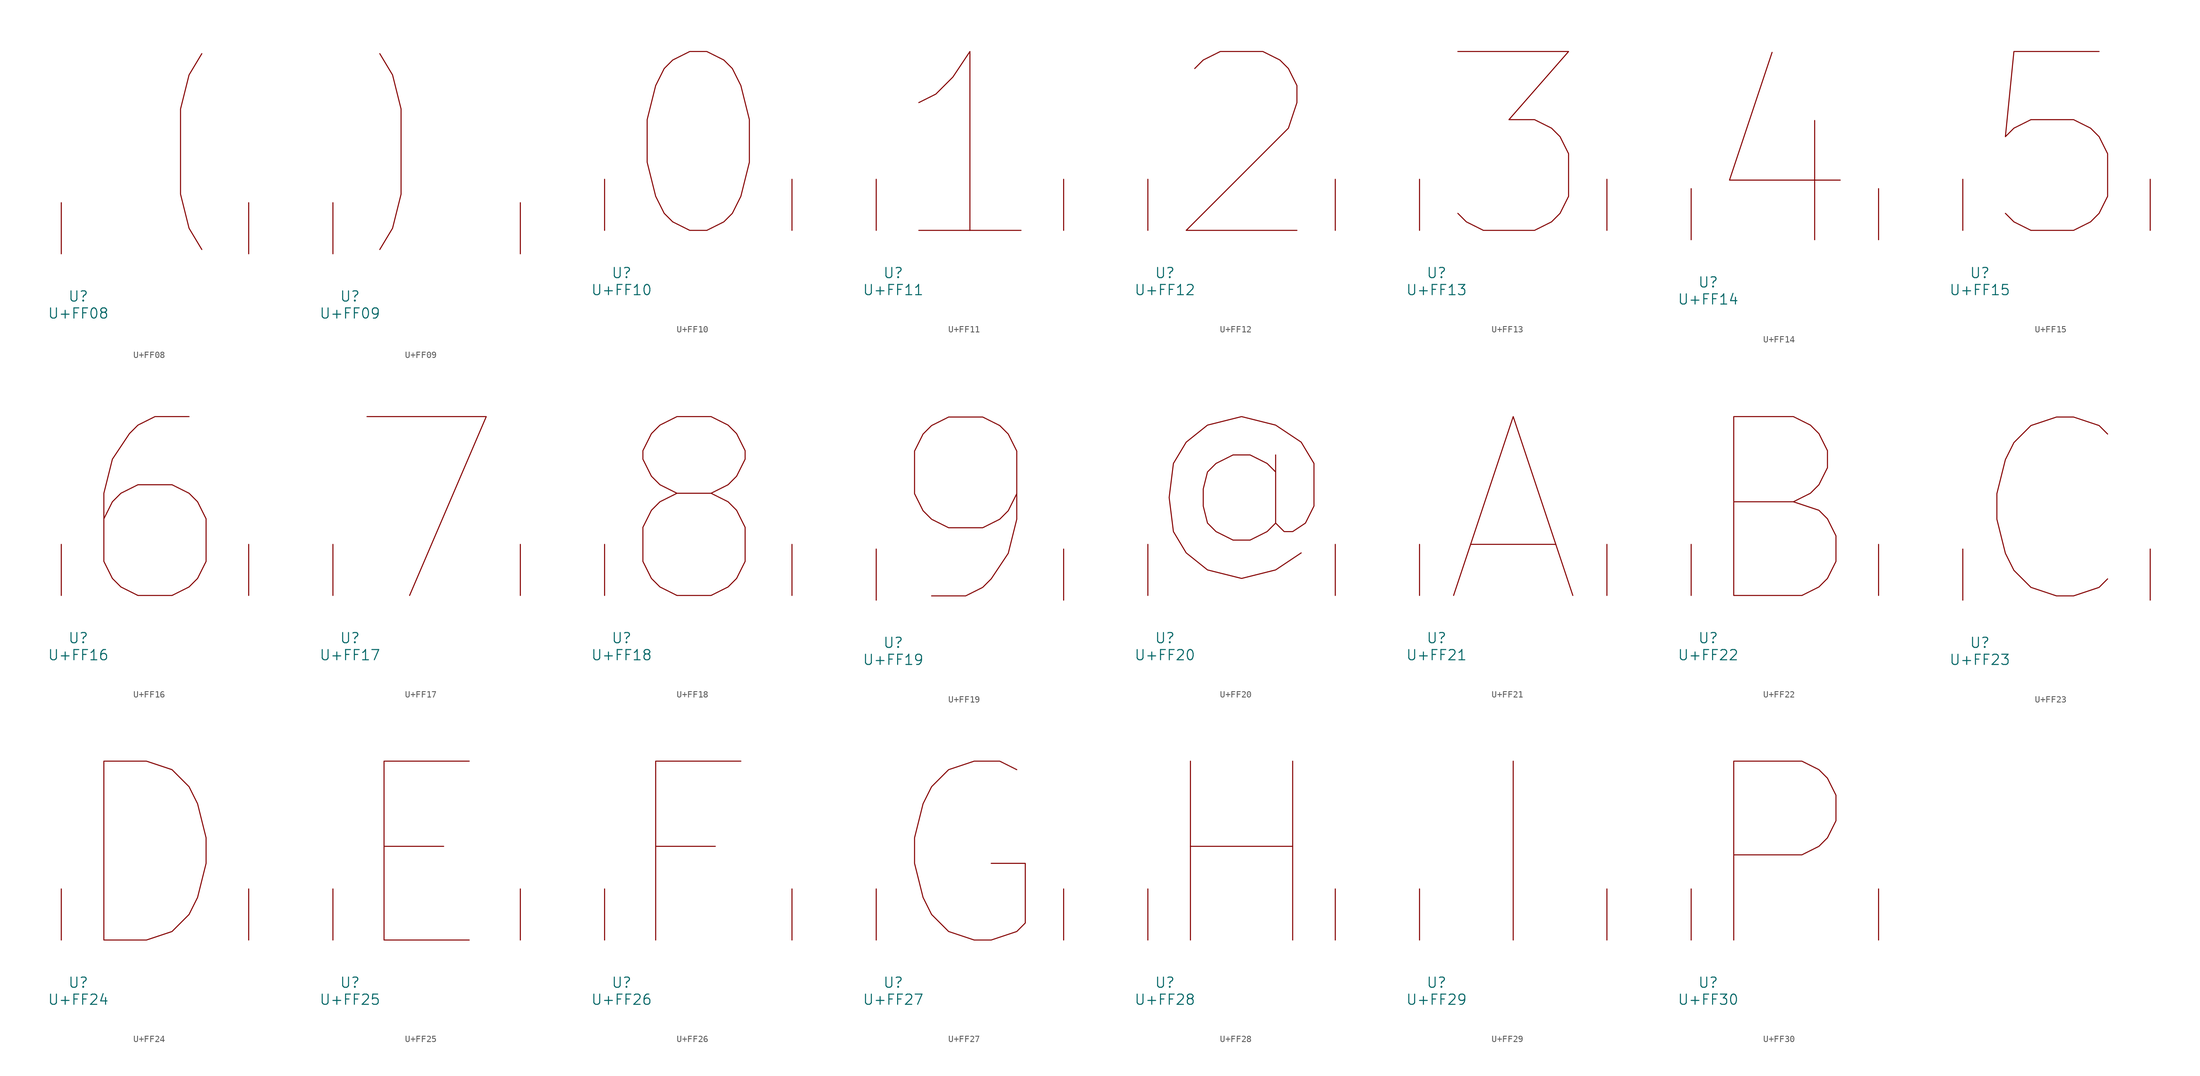
<source format=kicad_sym>
(kicad_symbol_lib
  (version 20231120)
  (generator "kicad_symbol_editor")
  (generator_version "8.0")
  (symbol "U+FF08"
    (pin_names
      (offset 1.016))
    (property "Reference" "U"
      (at 0 -6.35 0)
      (effects (font (size 1.524 1.524))))
    (property "Value" "U+FF08"
      (at 0 -8.89 0)
      (effects (font (size 1.524 1.524))))
    (symbol "U+FF08_0_1"
      (polyline (pts (xy 18.415 29.845) (xy 16.51 26.67) (xy 15.24 21.59) (xy 15.24 8.89) (xy 16.51 3.81) (xy 18.415 0.635)) (stroke (width 0) (type solid)) (fill (type none)))
      (pin input line (at -2.54 0 90) (length 7.62) (name "~" (effects (font (size 1.27 1.27)))) (number "~" (effects (font (size 1.27 1.27)))))
      (pin input line (at 25.4 0 90) (length 7.62) (name "~" (effects (font (size 1.27 1.27)))) (number "~" (effects (font (size 1.27 1.27)))))))
  (symbol "U+FF09"
    (pin_names
      (offset 1.016))
    (property "Reference" "U"
      (at 0 -6.35 0)
      (effects (font (size 1.524 1.524))))
    (property "Value" "U+FF09"
      (at 0 -8.89 0)
      (effects (font (size 1.524 1.524))))
    (symbol "U+FF09_0_1"
      (polyline (pts (xy 4.445 29.845) (xy 6.35 26.67) (xy 7.62 21.59) (xy 7.62 8.89) (xy 6.35 3.81) (xy 4.445 0.635)) (stroke (width 0) (type solid)) (fill (type none)))
      (pin input line (at -2.54 0 90) (length 7.62) (name "~" (effects (font (size 1.27 1.27)))) (number "~" (effects (font (size 1.27 1.27)))))
      (pin input line (at 25.4 0 90) (length 7.62) (name "~" (effects (font (size 1.27 1.27)))) (number "~" (effects (font (size 1.27 1.27)))))))
  (symbol "U+FF10"
    (pin_names
      (offset 1.016))
    (property "Reference" "U"
      (at 0 -6.35 0)
      (effects (font (size 1.524 1.524))))
    (property "Value" "U+FF10"
      (at 0 -8.89 0)
      (effects (font (size 1.524 1.524))))
    (symbol "U+FF10_0_1"
      (polyline (pts (xy 10.16 26.67) (xy 12.7 26.67) (xy 15.24 25.4) (xy 16.51 24.13) (xy 17.78 21.59) (xy 19.05 16.51) (xy 19.05 10.16) (xy 17.78 5.08) (xy 16.51 2.54) (xy 15.24 1.27) (xy 12.7 0) (xy 10.16 0) (xy 7.62 1.27) (xy 6.35 2.54) (xy 5.08 5.08) (xy 3.81 10.16) (xy 3.81 16.51) (xy 5.08 21.59) (xy 6.35 24.13) (xy 7.62 25.4) (xy 10.16 26.67)) (stroke (width 0) (type solid)) (fill (type none)))
      (pin input line (at -2.54 0 90) (length 7.62) (name "~" (effects (font (size 1.27 1.27)))) (number "~" (effects (font (size 1.27 1.27)))))
      (pin input line (at 25.4 0 90) (length 7.62) (name "~" (effects (font (size 1.27 1.27)))) (number "~" (effects (font (size 1.27 1.27)))))))
  (symbol "U+FF11"
    (pin_names
      (offset 1.016))
    (property "Reference" "U"
      (at 0 -6.35 0)
      (effects (font (size 1.524 1.524))))
    (property "Value" "U+FF11"
      (at 0 -8.89 0)
      (effects (font (size 1.524 1.524))))
    (symbol "U+FF11_0_1"
      (polyline (pts (xy 19.05 0) (xy 3.81 0)) (stroke (width 0) (type solid)) (fill (type none)))
      (polyline (pts (xy 11.43 0) (xy 11.43 26.67) (xy 8.89 22.86) (xy 6.35 20.32) (xy 3.81 19.05)) (stroke (width 0) (type solid)) (fill (type none)))
      (pin input line (at -2.54 0 90) (length 7.62) (name "~" (effects (font (size 1.27 1.27)))) (number "~" (effects (font (size 1.27 1.27)))))
      (pin input line (at 25.4 0 90) (length 7.62) (name "~" (effects (font (size 1.27 1.27)))) (number "~" (effects (font (size 1.27 1.27)))))))
  (symbol "U+FF12"
    (pin_names
      (offset 1.016))
    (property "Reference" "U"
      (at 0 -6.35 0)
      (effects (font (size 1.524 1.524))))
    (property "Value" "U+FF12"
      (at 0 -8.89 0)
      (effects (font (size 1.524 1.524))))
    (symbol "U+FF12_0_1"
      (polyline (pts (xy 4.445 24.13) (xy 5.715 25.4) (xy 8.255 26.67) (xy 14.605 26.67) (xy 17.145 25.4) (xy 18.415 24.13) (xy 19.685 21.59) (xy 19.685 19.05) (xy 18.415 15.24) (xy 3.175 0) (xy 19.685 0)) (stroke (width 0) (type solid)) (fill (type none)))
      (pin input line (at -2.54 0 90) (length 7.62) (name "~" (effects (font (size 1.27 1.27)))) (number "~" (effects (font (size 1.27 1.27)))))
      (pin input line (at 25.4 0 90) (length 7.62) (name "~" (effects (font (size 1.27 1.27)))) (number "~" (effects (font (size 1.27 1.27)))))))
  (symbol "U+FF13"
    (pin_names
      (offset 1.016))
    (property "Reference" "U"
      (at 0 -6.35 0)
      (effects (font (size 1.524 1.524))))
    (property "Value" "U+FF13"
      (at 0 -8.89 0)
      (effects (font (size 1.524 1.524))))
    (symbol "U+FF13_0_1"
      (polyline (pts (xy 3.175 26.67) (xy 19.685 26.67) (xy 10.795 16.51) (xy 14.605 16.51) (xy 17.145 15.24) (xy 18.415 13.97) (xy 19.685 11.43) (xy 19.685 5.08) (xy 18.415 2.54) (xy 17.145 1.27) (xy 14.605 0) (xy 6.985 0) (xy 4.445 1.27) (xy 3.175 2.54)) (stroke (width 0) (type solid)) (fill (type none)))
      (pin input line (at -2.54 0 90) (length 7.62) (name "~" (effects (font (size 1.27 1.27)))) (number "~" (effects (font (size 1.27 1.27)))))
      (pin input line (at 25.4 0 90) (length 7.62) (name "~" (effects (font (size 1.27 1.27)))) (number "~" (effects (font (size 1.27 1.27)))))))
  (symbol "U+FF14"
    (pin_names
      (offset 1.016))
    (property "Reference" "U"
      (at 0 -6.35 0)
      (effects (font (size 1.524 1.524))))
    (property "Value" "U+FF14"
      (at 0 -8.89 0)
      (effects (font (size 1.524 1.524))))
    (symbol "U+FF14_0_1"
      (polyline (pts (xy 15.875 17.78) (xy 15.875 0)) (stroke (width 0) (type solid)) (fill (type none)))
      (polyline (pts (xy 9.525 27.94) (xy 3.175 8.89) (xy 19.685 8.89)) (stroke (width 0) (type solid)) (fill (type none)))
      (pin input line (at -2.54 0 90) (length 7.62) (name "~" (effects (font (size 1.27 1.27)))) (number "~" (effects (font (size 1.27 1.27)))))
      (pin input line (at 25.4 0 90) (length 7.62) (name "~" (effects (font (size 1.27 1.27)))) (number "~" (effects (font (size 1.27 1.27)))))))
  (symbol "U+FF15"
    (pin_names
      (offset 1.016))
    (property "Reference" "U"
      (at 0 -6.35 0)
      (effects (font (size 1.524 1.524))))
    (property "Value" "U+FF15"
      (at 0 -8.89 0)
      (effects (font (size 1.524 1.524))))
    (symbol "U+FF15_0_1"
      (polyline (pts (xy 17.78 26.67) (xy 5.08 26.67) (xy 3.81 13.97) (xy 5.08 15.24) (xy 7.62 16.51) (xy 13.97 16.51) (xy 16.51 15.24) (xy 17.78 13.97) (xy 19.05 11.43) (xy 19.05 5.08) (xy 17.78 2.54) (xy 16.51 1.27) (xy 13.97 0) (xy 7.62 0) (xy 5.08 1.27) (xy 3.81 2.54)) (stroke (width 0) (type solid)) (fill (type none)))
      (pin input line (at -2.54 0 90) (length 7.62) (name "~" (effects (font (size 1.27 1.27)))) (number "~" (effects (font (size 1.27 1.27)))))
      (pin input line (at 25.4 0 90) (length 7.62) (name "~" (effects (font (size 1.27 1.27)))) (number "~" (effects (font (size 1.27 1.27)))))))
  (symbol "U+FF16"
    (pin_names
      (offset 1.016))
    (property "Reference" "U"
      (at 0 -6.35 0)
      (effects (font (size 1.524 1.524))))
    (property "Value" "U+FF16"
      (at 0 -8.89 0)
      (effects (font (size 1.524 1.524))))
    (symbol "U+FF16_0_1"
      (polyline (pts (xy 16.51 26.67) (xy 11.43 26.67) (xy 8.89 25.4) (xy 7.62 24.13) (xy 5.08 20.32) (xy 3.81 15.24) (xy 3.81 5.08) (xy 5.08 2.54) (xy 6.35 1.27) (xy 8.89 0) (xy 13.97 0) (xy 16.51 1.27) (xy 17.78 2.54) (xy 19.05 5.08) (xy 19.05 11.43) (xy 17.78 13.97) (xy 16.51 15.24) (xy 13.97 16.51) (xy 8.89 16.51) (xy 6.35 15.24) (xy 5.08 13.97) (xy 3.81 11.43)) (stroke (width 0) (type solid)) (fill (type none)))
      (pin input line (at -2.54 0 90) (length 7.62) (name "~" (effects (font (size 1.27 1.27)))) (number "~" (effects (font (size 1.27 1.27)))))
      (pin input line (at 25.4 0 90) (length 7.62) (name "~" (effects (font (size 1.27 1.27)))) (number "~" (effects (font (size 1.27 1.27)))))))
  (symbol "U+FF17"
    (pin_names
      (offset 1.016))
    (property "Reference" "U"
      (at 0 -6.35 0)
      (effects (font (size 1.524 1.524))))
    (property "Value" "U+FF17"
      (at 0 -8.89 0)
      (effects (font (size 1.524 1.524))))
    (symbol "U+FF17_0_1"
      (polyline (pts (xy 2.54 26.67) (xy 20.32 26.67) (xy 8.89 0)) (stroke (width 0) (type solid)) (fill (type none)))
      (pin input line (at -2.54 0 90) (length 7.62) (name "~" (effects (font (size 1.27 1.27)))) (number "~" (effects (font (size 1.27 1.27)))))
      (pin input line (at 25.4 0 90) (length 7.62) (name "~" (effects (font (size 1.27 1.27)))) (number "~" (effects (font (size 1.27 1.27)))))))
  (symbol "U+FF18"
    (pin_names
      (offset 1.016))
    (property "Reference" "U"
      (at 0 -6.35 0)
      (effects (font (size 1.524 1.524))))
    (property "Value" "U+FF18"
      (at 0 -8.89 0)
      (effects (font (size 1.524 1.524))))
    (symbol "U+FF18_0_1"
      (polyline (pts (xy 8.255 15.24) (xy 5.715 16.51) (xy 4.445 17.78) (xy 3.175 20.32) (xy 3.175 21.59) (xy 4.445 24.13) (xy 5.715 25.4) (xy 8.255 26.67) (xy 13.335 26.67) (xy 15.875 25.4) (xy 17.145 24.13) (xy 18.415 21.59) (xy 18.415 20.32) (xy 17.145 17.78) (xy 15.875 16.51) (xy 13.335 15.24) (xy 8.255 15.24) (xy 5.715 13.97) (xy 4.445 12.7) (xy 3.175 10.16) (xy 3.175 5.08) (xy 4.445 2.54) (xy 5.715 1.27) (xy 8.255 0) (xy 13.335 0) (xy 15.875 1.27) (xy 17.145 2.54) (xy 18.415 5.08) (xy 18.415 10.16) (xy 17.145 12.7) (xy 15.875 13.97) (xy 13.335 15.24)) (stroke (width 0) (type solid)) (fill (type none)))
      (pin input line (at -2.54 0 90) (length 7.62) (name "~" (effects (font (size 1.27 1.27)))) (number "~" (effects (font (size 1.27 1.27)))))
      (pin input line (at 25.4 0 90) (length 7.62) (name "~" (effects (font (size 1.27 1.27)))) (number "~" (effects (font (size 1.27 1.27)))))))
  (symbol "U+FF19"
    (pin_names
      (offset 1.016))
    (property "Reference" "U"
      (at 0 -6.35 0)
      (effects (font (size 1.524 1.524))))
    (property "Value" "U+FF19"
      (at 0 -8.89 0)
      (effects (font (size 1.524 1.524))))
    (symbol "U+FF19_0_1"
      (polyline (pts (xy 5.715 0.635) (xy 10.795 0.635) (xy 13.335 1.905) (xy 14.605 3.175) (xy 17.145 6.985) (xy 18.415 12.065) (xy 18.415 22.225) (xy 17.145 24.765) (xy 15.875 26.035) (xy 13.335 27.305) (xy 8.255 27.305) (xy 5.715 26.035) (xy 4.445 24.765) (xy 3.175 22.225) (xy 3.175 15.875) (xy 4.445 13.335) (xy 5.715 12.065) (xy 8.255 10.795) (xy 13.335 10.795) (xy 15.875 12.065) (xy 17.145 13.335) (xy 18.415 15.875)) (stroke (width 0) (type solid)) (fill (type none)))
      (pin input line (at -2.54 0 90) (length 7.62) (name "~" (effects (font (size 1.27 1.27)))) (number "~" (effects (font (size 1.27 1.27)))))
      (pin input line (at 25.4 0 90) (length 7.62) (name "~" (effects (font (size 1.27 1.27)))) (number "~" (effects (font (size 1.27 1.27)))))))
  (symbol "U+FF20"
    (pin_names
      (offset 1.016))
    (property "Reference" "U"
      (at 0 -6.35 0)
      (effects (font (size 1.524 1.524))))
    (property "Value" "U+FF20"
      (at 0 -8.89 0)
      (effects (font (size 1.524 1.524))))
    (symbol "U+FF20_0_1"
      (polyline (pts (xy 16.51 18.415) (xy 15.24 19.685) (xy 12.7 20.955) (xy 10.16 20.955) (xy 7.62 19.685) (xy 6.35 18.415) (xy 5.715 15.875) (xy 5.715 13.335) (xy 6.35 10.795) (xy 7.62 9.525) (xy 10.16 8.255) (xy 12.7 8.255) (xy 15.24 9.525) (xy 16.51 10.795)) (stroke (width 0) (type solid)) (fill (type none)))
      (polyline (pts (xy 16.51 20.955) (xy 16.51 10.795) (xy 17.78 9.525) (xy 19.05 9.525) (xy 20.955 10.795) (xy 22.225 13.335) (xy 22.225 19.685) (xy 20.32 22.86) (xy 16.51 25.4) (xy 11.43 26.67) (xy 6.35 25.4) (xy 3.175 22.86) (xy 1.27 19.685) (xy 0.635 14.605) (xy 1.27 9.525) (xy 3.175 6.35) (xy 6.35 3.81) (xy 11.43 2.54) (xy 16.51 3.81) (xy 20.32 6.35)) (stroke (width 0) (type solid)) (fill (type none)))
      (pin input line (at -2.54 0 90) (length 7.62) (name "~" (effects (font (size 1.27 1.27)))) (number "~" (effects (font (size 1.27 1.27)))))
      (pin input line (at 25.4 0 90) (length 7.62) (name "~" (effects (font (size 1.27 1.27)))) (number "~" (effects (font (size 1.27 1.27)))))))
  (symbol "U+FF21"
    (pin_names
      (offset 1.016))
    (property "Reference" "U"
      (at 0 -6.35 0)
      (effects (font (size 1.524 1.524))))
    (property "Value" "U+FF21"
      (at 0 -8.89 0)
      (effects (font (size 1.524 1.524))))
    (symbol "U+FF21_0_1"
      (polyline (pts (xy 5.08 7.62) (xy 17.78 7.62)) (stroke (width 0) (type solid)) (fill (type none)))
      (polyline (pts (xy 2.54 0) (xy 11.43 26.67) (xy 20.32 0)) (stroke (width 0) (type solid)) (fill (type none)))
      (pin input line (at -2.54 0 90) (length 7.62) (name "~" (effects (font (size 1.27 1.27)))) (number "~" (effects (font (size 1.27 1.27)))))
      (pin input line (at 25.4 0 90) (length 7.62) (name "~" (effects (font (size 1.27 1.27)))) (number "~" (effects (font (size 1.27 1.27)))))))
  (symbol "U+FF22"
    (pin_names
      (offset 1.016))
    (property "Reference" "U"
      (at 0 -6.35 0)
      (effects (font (size 1.524 1.524))))
    (property "Value" "U+FF22"
      (at 0 -8.89 0)
      (effects (font (size 1.524 1.524))))
    (symbol "U+FF22_0_1"
      (polyline (pts (xy 12.7 13.97) (xy 16.51 12.7) (xy 17.78 11.43) (xy 19.05 8.89) (xy 19.05 5.08) (xy 17.78 2.54) (xy 16.51 1.27) (xy 13.97 0) (xy 3.81 0) (xy 3.81 26.67) (xy 12.7 26.67) (xy 15.24 25.4) (xy 16.51 24.13) (xy 17.78 21.59) (xy 17.78 19.05) (xy 16.51 16.51) (xy 15.24 15.24) (xy 12.7 13.97) (xy 3.81 13.97)) (stroke (width 0) (type solid)) (fill (type none)))
      (pin input line (at -2.54 0 90) (length 7.62) (name "~" (effects (font (size 1.27 1.27)))) (number "~" (effects (font (size 1.27 1.27)))))
      (pin input line (at 25.4 0 90) (length 7.62) (name "~" (effects (font (size 1.27 1.27)))) (number "~" (effects (font (size 1.27 1.27)))))))
  (symbol "U+FF23"
    (pin_names
      (offset 1.016))
    (property "Reference" "U"
      (at 0 -6.35 0)
      (effects (font (size 1.524 1.524))))
    (property "Value" "U+FF23"
      (at 0 -8.89 0)
      (effects (font (size 1.524 1.524))))
    (symbol "U+FF23_0_1"
      (polyline (pts (xy 19.05 3.175) (xy 17.78 1.905) (xy 13.97 0.635) (xy 11.43 0.635) (xy 7.62 1.905) (xy 5.08 4.445) (xy 3.81 6.985) (xy 2.54 12.065) (xy 2.54 15.875) (xy 3.81 20.955) (xy 5.08 23.495) (xy 7.62 26.035) (xy 11.43 27.305) (xy 13.97 27.305) (xy 17.78 26.035) (xy 19.05 24.765)) (stroke (width 0) (type solid)) (fill (type none)))
      (pin input line (at -2.54 0 90) (length 7.62) (name "~" (effects (font (size 1.27 1.27)))) (number "~" (effects (font (size 1.27 1.27)))))
      (pin input line (at 25.4 0 90) (length 7.62) (name "~" (effects (font (size 1.27 1.27)))) (number "~" (effects (font (size 1.27 1.27)))))))
  (symbol "U+FF24"
    (pin_names
      (offset 1.016))
    (property "Reference" "U"
      (at 0 -6.35 0)
      (effects (font (size 1.524 1.524))))
    (property "Value" "U+FF24"
      (at 0 -8.89 0)
      (effects (font (size 1.524 1.524))))
    (symbol "U+FF24_0_1"
      (polyline (pts (xy 3.81 0) (xy 3.81 26.67) (xy 10.16 26.67) (xy 13.97 25.4) (xy 16.51 22.86) (xy 17.78 20.32) (xy 19.05 15.24) (xy 19.05 11.43) (xy 17.78 6.35) (xy 16.51 3.81) (xy 13.97 1.27) (xy 10.16 0) (xy 3.81 0)) (stroke (width 0) (type solid)) (fill (type none)))
      (pin input line (at -2.54 0 90) (length 7.62) (name "~" (effects (font (size 1.27 1.27)))) (number "~" (effects (font (size 1.27 1.27)))))
      (pin input line (at 25.4 0 90) (length 7.62) (name "~" (effects (font (size 1.27 1.27)))) (number "~" (effects (font (size 1.27 1.27)))))))
  (symbol "U+FF25"
    (pin_names
      (offset 1.016))
    (property "Reference" "U"
      (at 0 -6.35 0)
      (effects (font (size 1.524 1.524))))
    (property "Value" "U+FF25"
      (at 0 -8.89 0)
      (effects (font (size 1.524 1.524))))
    (symbol "U+FF25_0_1"
      (polyline (pts (xy 5.08 13.97) (xy 13.97 13.97)) (stroke (width 0) (type solid)) (fill (type none)))
      (polyline (pts (xy 17.78 0) (xy 5.08 0) (xy 5.08 26.67) (xy 17.78 26.67)) (stroke (width 0) (type solid)) (fill (type none)))
      (pin input line (at -2.54 0 90) (length 7.62) (name "~" (effects (font (size 1.27 1.27)))) (number "~" (effects (font (size 1.27 1.27)))))
      (pin input line (at 25.4 0 90) (length 7.62) (name "~" (effects (font (size 1.27 1.27)))) (number "~" (effects (font (size 1.27 1.27)))))))
  (symbol "U+FF26"
    (pin_names
      (offset 1.016))
    (property "Reference" "U"
      (at 0 -6.35 0)
      (effects (font (size 1.524 1.524))))
    (property "Value" "U+FF26"
      (at 0 -8.89 0)
      (effects (font (size 1.524 1.524))))
    (symbol "U+FF26_0_1"
      (polyline (pts (xy 13.97 13.97) (xy 5.08 13.97)) (stroke (width 0) (type solid)) (fill (type none)))
      (polyline (pts (xy 5.08 0) (xy 5.08 26.67) (xy 17.78 26.67)) (stroke (width 0) (type solid)) (fill (type none)))
      (pin input line (at -2.54 0 90) (length 7.62) (name "~" (effects (font (size 1.27 1.27)))) (number "~" (effects (font (size 1.27 1.27)))))
      (pin input line (at 25.4 0 90) (length 7.62) (name "~" (effects (font (size 1.27 1.27)))) (number "~" (effects (font (size 1.27 1.27)))))))
  (symbol "U+FF27"
    (pin_names
      (offset 1.016))
    (property "Reference" "U"
      (at 0 -6.35 0)
      (effects (font (size 1.524 1.524))))
    (property "Value" "U+FF27"
      (at 0 -8.89 0)
      (effects (font (size 1.524 1.524))))
    (symbol "U+FF27_0_1"
      (polyline (pts (xy 18.415 25.4) (xy 15.875 26.67) (xy 12.065 26.67) (xy 8.255 25.4) (xy 5.715 22.86) (xy 4.445 20.32) (xy 3.175 15.24) (xy 3.175 11.43) (xy 4.445 6.35) (xy 5.715 3.81) (xy 8.255 1.27) (xy 12.065 0) (xy 14.605 0) (xy 18.415 1.27) (xy 19.685 2.54) (xy 19.685 11.43) (xy 14.605 11.43)) (stroke (width 0) (type solid)) (fill (type none)))
      (pin input line (at -2.54 0 90) (length 7.62) (name "~" (effects (font (size 1.27 1.27)))) (number "~" (effects (font (size 1.27 1.27)))))
      (pin input line (at 25.4 0 90) (length 7.62) (name "~" (effects (font (size 1.27 1.27)))) (number "~" (effects (font (size 1.27 1.27)))))))
  (symbol "U+FF28"
    (pin_names
      (offset 1.016))
    (property "Reference" "U"
      (at 0 -6.35 0)
      (effects (font (size 1.524 1.524))))
    (property "Value" "U+FF28"
      (at 0 -8.89 0)
      (effects (font (size 1.524 1.524))))
    (symbol "U+FF28_0_1"
      (polyline (pts (xy 3.81 0) (xy 3.81 26.67)) (stroke (width 0) (type solid)) (fill (type none)))
      (polyline (pts (xy 3.81 13.97) (xy 19.05 13.97)) (stroke (width 0) (type solid)) (fill (type none)))
      (polyline (pts (xy 19.05 0) (xy 19.05 26.67)) (stroke (width 0) (type solid)) (fill (type none)))
      (pin input line (at -2.54 0 90) (length 7.62) (name "~" (effects (font (size 1.27 1.27)))) (number "~" (effects (font (size 1.27 1.27)))))
      (pin input line (at 25.4 0 90) (length 7.62) (name "~" (effects (font (size 1.27 1.27)))) (number "~" (effects (font (size 1.27 1.27)))))))
  (symbol "U+FF29"
    (pin_names
      (offset 1.016))
    (property "Reference" "U"
      (at 0 -6.35 0)
      (effects (font (size 1.524 1.524))))
    (property "Value" "U+FF29"
      (at 0 -8.89 0)
      (effects (font (size 1.524 1.524))))
    (symbol "U+FF29_0_1"
      (polyline (pts (xy 11.43 0) (xy 11.43 26.67)) (stroke (width 0) (type solid)) (fill (type none)))
      (pin input line (at -2.54 0 90) (length 7.62) (name "~" (effects (font (size 1.27 1.27)))) (number "~" (effects (font (size 1.27 1.27)))))
      (pin input line (at 25.4 0 90) (length 7.62) (name "~" (effects (font (size 1.27 1.27)))) (number "~" (effects (font (size 1.27 1.27)))))))
  (symbol "U+FF30"
    (pin_names
      (offset 1.016))
    (property "Reference" "U"
      (at 0 -6.35 0)
      (effects (font (size 1.524 1.524))))
    (property "Value" "U+FF30"
      (at 0 -8.89 0)
      (effects (font (size 1.524 1.524))))
    (symbol "U+FF30_0_1"
      (polyline (pts (xy 3.81 0) (xy 3.81 26.67) (xy 13.97 26.67) (xy 16.51 25.4) (xy 17.78 24.13) (xy 19.05 21.59) (xy 19.05 17.78) (xy 17.78 15.24) (xy 16.51 13.97) (xy 13.97 12.7) (xy 3.81 12.7)) (stroke (width 0) (type solid)) (fill (type none)))
      (pin input line (at -2.54 0 90) (length 7.62) (name "~" (effects (font (size 1.27 1.27)))) (number "~" (effects (font (size 1.27 1.27)))))
      (pin input line (at 25.4 0 90) (length 7.62) (name "~" (effects (font (size 1.27 1.27)))) (number "~" (effects (font (size 1.27 1.27))))))))
</source>
